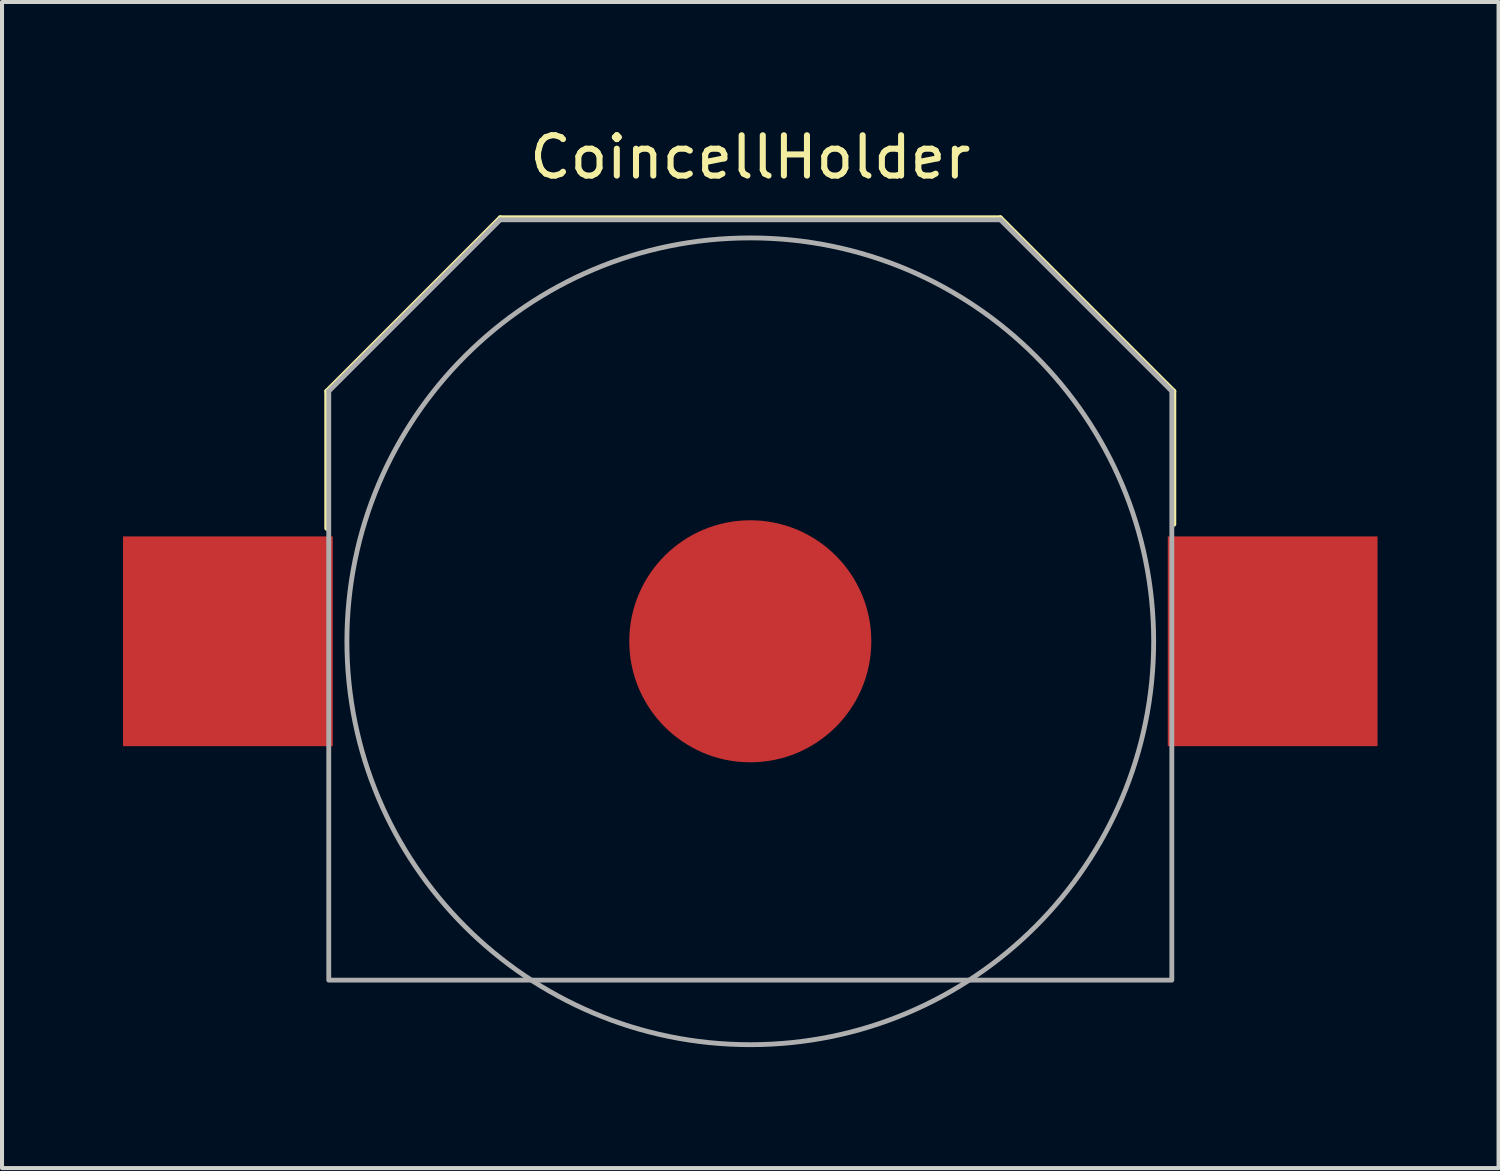
<source format=kicad_pcb>
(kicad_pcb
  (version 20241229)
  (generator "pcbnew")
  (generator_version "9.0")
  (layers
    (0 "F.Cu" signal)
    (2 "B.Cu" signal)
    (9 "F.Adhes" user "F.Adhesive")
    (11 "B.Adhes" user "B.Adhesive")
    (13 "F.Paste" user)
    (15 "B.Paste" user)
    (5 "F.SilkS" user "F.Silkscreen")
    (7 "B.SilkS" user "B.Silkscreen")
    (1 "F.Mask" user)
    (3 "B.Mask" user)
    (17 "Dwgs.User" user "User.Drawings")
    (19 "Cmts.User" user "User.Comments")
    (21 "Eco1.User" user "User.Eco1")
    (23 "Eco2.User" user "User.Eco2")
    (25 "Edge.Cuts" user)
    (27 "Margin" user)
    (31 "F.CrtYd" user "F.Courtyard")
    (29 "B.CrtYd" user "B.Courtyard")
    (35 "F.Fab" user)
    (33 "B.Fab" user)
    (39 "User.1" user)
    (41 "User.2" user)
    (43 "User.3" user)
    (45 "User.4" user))
  (footprint "CoincellHolder"
    (layer "F.Cu")
    (at 15.55 12.848)
    (property "Reference" "CoincellHolder" (at 0 -12 0) (layer "F.SilkS") (effects (font (size 1 1) (thickness 0.15))))
    (attr through_hole)
    (fp_line (start -10.5 -6.2) (end -6.2 -10.5) (stroke (width 0.12) (type solid)) (layer "F.SilkS"))
    (fp_line (start -10.5 -2.8) (end -10.5 -6.2) (stroke (width 0.12) (type solid)) (layer "F.SilkS"))
    (fp_line (start -6.2 -10.5) (end 6.2 -10.5) (stroke (width 0.12) (type solid)) (layer "F.SilkS"))
    (fp_line (start 6.2 -10.5) (end 10.5 -6.2) (stroke (width 0.12) (type solid)) (layer "F.SilkS"))
    (fp_line (start 10.5 -6.2) (end 10.5 -2.9) (stroke (width 0.12) (type solid)) (layer "F.SilkS"))
    (fp_line (start -10.45 -6.2) (end -6.2 -10.45) (stroke (width 0.12) (type solid)) (layer "F.Fab"))
    (fp_line (start -10.45 8.4) (end -10.45 -6.2) (stroke (width 0.12) (type solid)) (layer "F.Fab"))
    (fp_line (start -6.2 -10.45) (end 6.2 -10.45) (stroke (width 0.12) (type solid)) (layer "F.Fab"))
    (fp_line (start 6.2 -10.45) (end 10.45 -6.2) (stroke (width 0.12) (type solid)) (layer "F.Fab"))
    (fp_line (start 10.4 8.4) (end -10.4 8.4) (stroke (width 0.12) (type solid)) (layer "F.Fab"))
    (fp_line (start 10.45 -6.2) (end 10.45 8.4) (stroke (width 0.12) (type solid)) (layer "F.Fab"))
    (fp_circle (center 0 0) (end 10 0) (stroke (width 0.12) (type solid)) (fill no) (layer "F.Fab"))
    (pad "1" smd rect (at -12.95 0) (size 5.2 5.2) (layers "F.Cu" "F.Mask" "F.Paste"))
    (pad "1" smd rect (at 12.95 0) (size 5.2 5.2) (layers "F.Cu" "F.Mask" "F.Paste"))
    (pad "2" smd circle (at 0 0) (size 6 6) (layers "F.Cu" "F.Mask" "F.Paste")))
  (gr_rect
    (start -3 -3)
    (end 34.1 25.908)
    (stroke (width 0.1) (type default))
    (fill no)
    (layer "Edge.Cuts")))
</source>
